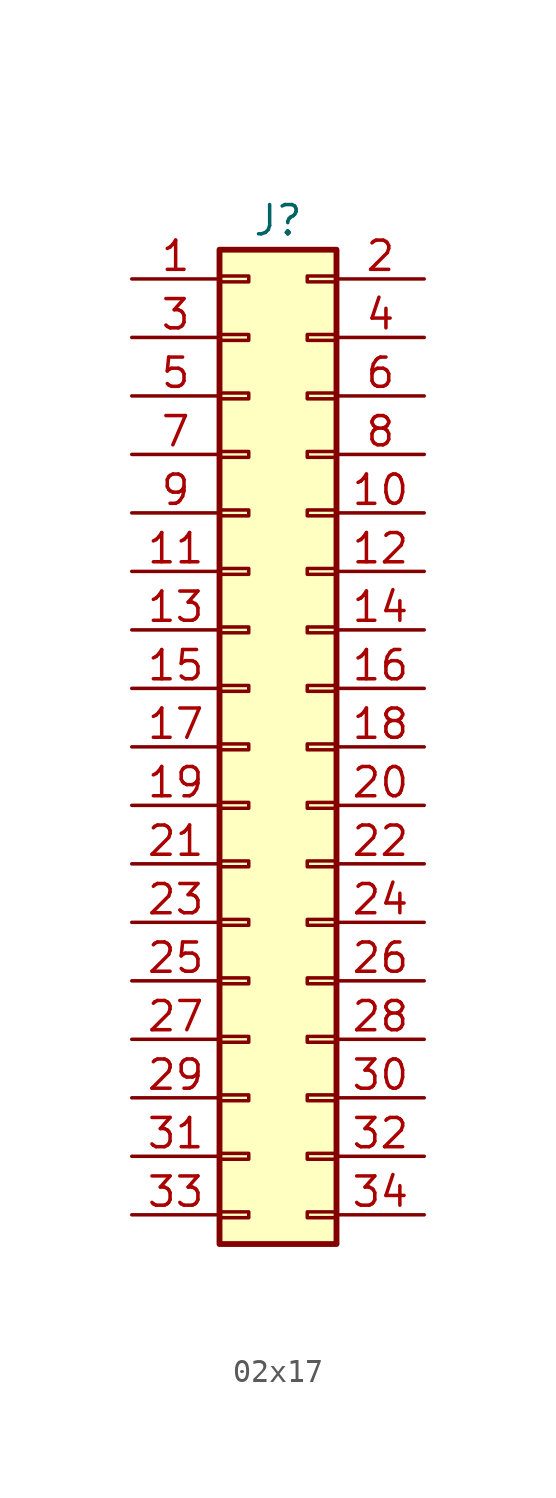
<source format=kicad_sym>
(kicad_symbol_lib
  (version 20220914)
  (generator kicad_symbol_editor)
  (symbol "02x17"
    (pin_names
      (offset 1.016) hide)
    (property "Reference" "J"
      (at 1.27 22.86 0)
      (effects (font (size 1.27 1.27))))
    (symbol "02x17_1_1"
      (rectangle (start -1.27 -20.193) (end 0 -20.447) (stroke (width 0.152) (type default)) (fill (type none)))
      (rectangle (start -1.27 -17.653) (end 0 -17.907) (stroke (width 0.152) (type default)) (fill (type none)))
      (rectangle (start -1.27 -15.113) (end 0 -15.367) (stroke (width 0.152) (type default)) (fill (type none)))
      (rectangle (start -1.27 -12.573) (end 0 -12.827) (stroke (width 0.152) (type default)) (fill (type none)))
      (rectangle (start -1.27 -10.033) (end 0 -10.287) (stroke (width 0.152) (type default)) (fill (type none)))
      (rectangle (start -1.27 -7.493) (end 0 -7.747) (stroke (width 0.152) (type default)) (fill (type none)))
      (rectangle (start -1.27 -4.953) (end 0 -5.207) (stroke (width 0.152) (type default)) (fill (type none)))
      (rectangle (start -1.27 -2.413) (end 0 -2.667) (stroke (width 0.152) (type default)) (fill (type none)))
      (rectangle (start -1.27 0.127) (end 0 -0.127) (stroke (width 0.152) (type default)) (fill (type none)))
      (rectangle (start -1.27 2.667) (end 0 2.413) (stroke (width 0.152) (type default)) (fill (type none)))
      (rectangle (start -1.27 5.207) (end 0 4.953) (stroke (width 0.152) (type default)) (fill (type none)))
      (rectangle (start -1.27 7.747) (end 0 7.493) (stroke (width 0.152) (type default)) (fill (type none)))
      (rectangle (start -1.27 10.287) (end 0 10.033) (stroke (width 0.152) (type default)) (fill (type none)))
      (rectangle (start -1.27 12.827) (end 0 12.573) (stroke (width 0.152) (type default)) (fill (type none)))
      (rectangle (start -1.27 15.367) (end 0 15.113) (stroke (width 0.152) (type default)) (fill (type none)))
      (rectangle (start -1.27 17.907) (end 0 17.653) (stroke (width 0.152) (type default)) (fill (type none)))
      (rectangle (start -1.27 20.447) (end 0 20.193) (stroke (width 0.152) (type default)) (fill (type none)))
      (rectangle (start -1.27 21.59) (end 3.81 -21.59) (stroke (width 0.254) (type default)) (fill (type background)))
      (rectangle (start 3.81 -20.193) (end 2.54 -20.447) (stroke (width 0.152) (type default)) (fill (type none)))
      (rectangle (start 3.81 -17.653) (end 2.54 -17.907) (stroke (width 0.152) (type default)) (fill (type none)))
      (rectangle (start 3.81 -15.113) (end 2.54 -15.367) (stroke (width 0.152) (type default)) (fill (type none)))
      (rectangle (start 3.81 -12.573) (end 2.54 -12.827) (stroke (width 0.152) (type default)) (fill (type none)))
      (rectangle (start 3.81 -10.033) (end 2.54 -10.287) (stroke (width 0.152) (type default)) (fill (type none)))
      (rectangle (start 3.81 -7.493) (end 2.54 -7.747) (stroke (width 0.152) (type default)) (fill (type none)))
      (rectangle (start 3.81 -4.953) (end 2.54 -5.207) (stroke (width 0.152) (type default)) (fill (type none)))
      (rectangle (start 3.81 -2.413) (end 2.54 -2.667) (stroke (width 0.152) (type default)) (fill (type none)))
      (rectangle (start 3.81 0.127) (end 2.54 -0.127) (stroke (width 0.152) (type default)) (fill (type none)))
      (rectangle (start 3.81 2.667) (end 2.54 2.413) (stroke (width 0.152) (type default)) (fill (type none)))
      (rectangle (start 3.81 5.207) (end 2.54 4.953) (stroke (width 0.152) (type default)) (fill (type none)))
      (rectangle (start 3.81 7.747) (end 2.54 7.493) (stroke (width 0.152) (type default)) (fill (type none)))
      (rectangle (start 3.81 10.287) (end 2.54 10.033) (stroke (width 0.152) (type default)) (fill (type none)))
      (rectangle (start 3.81 12.827) (end 2.54 12.573) (stroke (width 0.152) (type default)) (fill (type none)))
      (rectangle (start 3.81 15.367) (end 2.54 15.113) (stroke (width 0.152) (type default)) (fill (type none)))
      (rectangle (start 3.81 17.907) (end 2.54 17.653) (stroke (width 0.152) (type default)) (fill (type none)))
      (rectangle (start 3.81 20.447) (end 2.54 20.193) (stroke (width 0.152) (type default)) (fill (type none)))
      (pin passive line (at -5.08 20.32 0) (length 3.81) (name "Pin_1" (effects (font (size 1.27 1.27)))) (number "1" (effects (font (size 1.27 1.27)))))
      (pin passive line (at 7.62 10.16 180) (length 3.81) (name "Pin_10" (effects (font (size 1.27 1.27)))) (number "10" (effects (font (size 1.27 1.27)))))
      (pin passive line (at -5.08 7.62 0) (length 3.81) (name "Pin_11" (effects (font (size 1.27 1.27)))) (number "11" (effects (font (size 1.27 1.27)))))
      (pin passive line (at 7.62 7.62 180) (length 3.81) (name "Pin_12" (effects (font (size 1.27 1.27)))) (number "12" (effects (font (size 1.27 1.27)))))
      (pin passive line (at -5.08 5.08 0) (length 3.81) (name "Pin_13" (effects (font (size 1.27 1.27)))) (number "13" (effects (font (size 1.27 1.27)))))
      (pin passive line (at 7.62 5.08 180) (length 3.81) (name "Pin_14" (effects (font (size 1.27 1.27)))) (number "14" (effects (font (size 1.27 1.27)))))
      (pin passive line (at -5.08 2.54 0) (length 3.81) (name "Pin_15" (effects (font (size 1.27 1.27)))) (number "15" (effects (font (size 1.27 1.27)))))
      (pin passive line (at 7.62 2.54 180) (length 3.81) (name "Pin_16" (effects (font (size 1.27 1.27)))) (number "16" (effects (font (size 1.27 1.27)))))
      (pin passive line (at -5.08 0 0) (length 3.81) (name "Pin_17" (effects (font (size 1.27 1.27)))) (number "17" (effects (font (size 1.27 1.27)))))
      (pin passive line (at 7.62 0 180) (length 3.81) (name "Pin_18" (effects (font (size 1.27 1.27)))) (number "18" (effects (font (size 1.27 1.27)))))
      (pin passive line (at -5.08 -2.54 0) (length 3.81) (name "Pin_19" (effects (font (size 1.27 1.27)))) (number "19" (effects (font (size 1.27 1.27)))))
      (pin passive line (at 7.62 20.32 180) (length 3.81) (name "Pin_2" (effects (font (size 1.27 1.27)))) (number "2" (effects (font (size 1.27 1.27)))))
      (pin passive line (at 7.62 -2.54 180) (length 3.81) (name "Pin_20" (effects (font (size 1.27 1.27)))) (number "20" (effects (font (size 1.27 1.27)))))
      (pin passive line (at -5.08 -5.08 0) (length 3.81) (name "Pin_21" (effects (font (size 1.27 1.27)))) (number "21" (effects (font (size 1.27 1.27)))))
      (pin passive line (at 7.62 -5.08 180) (length 3.81) (name "Pin_22" (effects (font (size 1.27 1.27)))) (number "22" (effects (font (size 1.27 1.27)))))
      (pin passive line (at -5.08 -7.62 0) (length 3.81) (name "Pin_23" (effects (font (size 1.27 1.27)))) (number "23" (effects (font (size 1.27 1.27)))))
      (pin passive line (at 7.62 -7.62 180) (length 3.81) (name "Pin_24" (effects (font (size 1.27 1.27)))) (number "24" (effects (font (size 1.27 1.27)))))
      (pin passive line (at -5.08 -10.16 0) (length 3.81) (name "Pin_25" (effects (font (size 1.27 1.27)))) (number "25" (effects (font (size 1.27 1.27)))))
      (pin passive line (at 7.62 -10.16 180) (length 3.81) (name "Pin_26" (effects (font (size 1.27 1.27)))) (number "26" (effects (font (size 1.27 1.27)))))
      (pin passive line (at -5.08 -12.7 0) (length 3.81) (name "Pin_27" (effects (font (size 1.27 1.27)))) (number "27" (effects (font (size 1.27 1.27)))))
      (pin passive line (at 7.62 -12.7 180) (length 3.81) (name "Pin_28" (effects (font (size 1.27 1.27)))) (number "28" (effects (font (size 1.27 1.27)))))
      (pin passive line (at -5.08 -15.24 0) (length 3.81) (name "Pin_29" (effects (font (size 1.27 1.27)))) (number "29" (effects (font (size 1.27 1.27)))))
      (pin passive line (at -5.08 17.78 0) (length 3.81) (name "Pin_3" (effects (font (size 1.27 1.27)))) (number "3" (effects (font (size 1.27 1.27)))))
      (pin passive line (at 7.62 -15.24 180) (length 3.81) (name "Pin_30" (effects (font (size 1.27 1.27)))) (number "30" (effects (font (size 1.27 1.27)))))
      (pin passive line (at -5.08 -17.78 0) (length 3.81) (name "Pin_31" (effects (font (size 1.27 1.27)))) (number "31" (effects (font (size 1.27 1.27)))))
      (pin passive line (at 7.62 -17.78 180) (length 3.81) (name "Pin_32" (effects (font (size 1.27 1.27)))) (number "32" (effects (font (size 1.27 1.27)))))
      (pin passive line (at -5.08 -20.32 0) (length 3.81) (name "Pin_33" (effects (font (size 1.27 1.27)))) (number "33" (effects (font (size 1.27 1.27)))))
      (pin passive line (at 7.62 -20.32 180) (length 3.81) (name "Pin_34" (effects (font (size 1.27 1.27)))) (number "34" (effects (font (size 1.27 1.27)))))
      (pin passive line (at 7.62 17.78 180) (length 3.81) (name "Pin_4" (effects (font (size 1.27 1.27)))) (number "4" (effects (font (size 1.27 1.27)))))
      (pin passive line (at -5.08 15.24 0) (length 3.81) (name "Pin_5" (effects (font (size 1.27 1.27)))) (number "5" (effects (font (size 1.27 1.27)))))
      (pin passive line (at 7.62 15.24 180) (length 3.81) (name "Pin_6" (effects (font (size 1.27 1.27)))) (number "6" (effects (font (size 1.27 1.27)))))
      (pin passive line (at -5.08 12.7 0) (length 3.81) (name "Pin_7" (effects (font (size 1.27 1.27)))) (number "7" (effects (font (size 1.27 1.27)))))
      (pin passive line (at 7.62 12.7 180) (length 3.81) (name "Pin_8" (effects (font (size 1.27 1.27)))) (number "8" (effects (font (size 1.27 1.27)))))
      (pin passive line (at -5.08 10.16 0) (length 3.81) (name "Pin_9" (effects (font (size 1.27 1.27)))) (number "9" (effects (font (size 1.27 1.27))))))))
</source>
